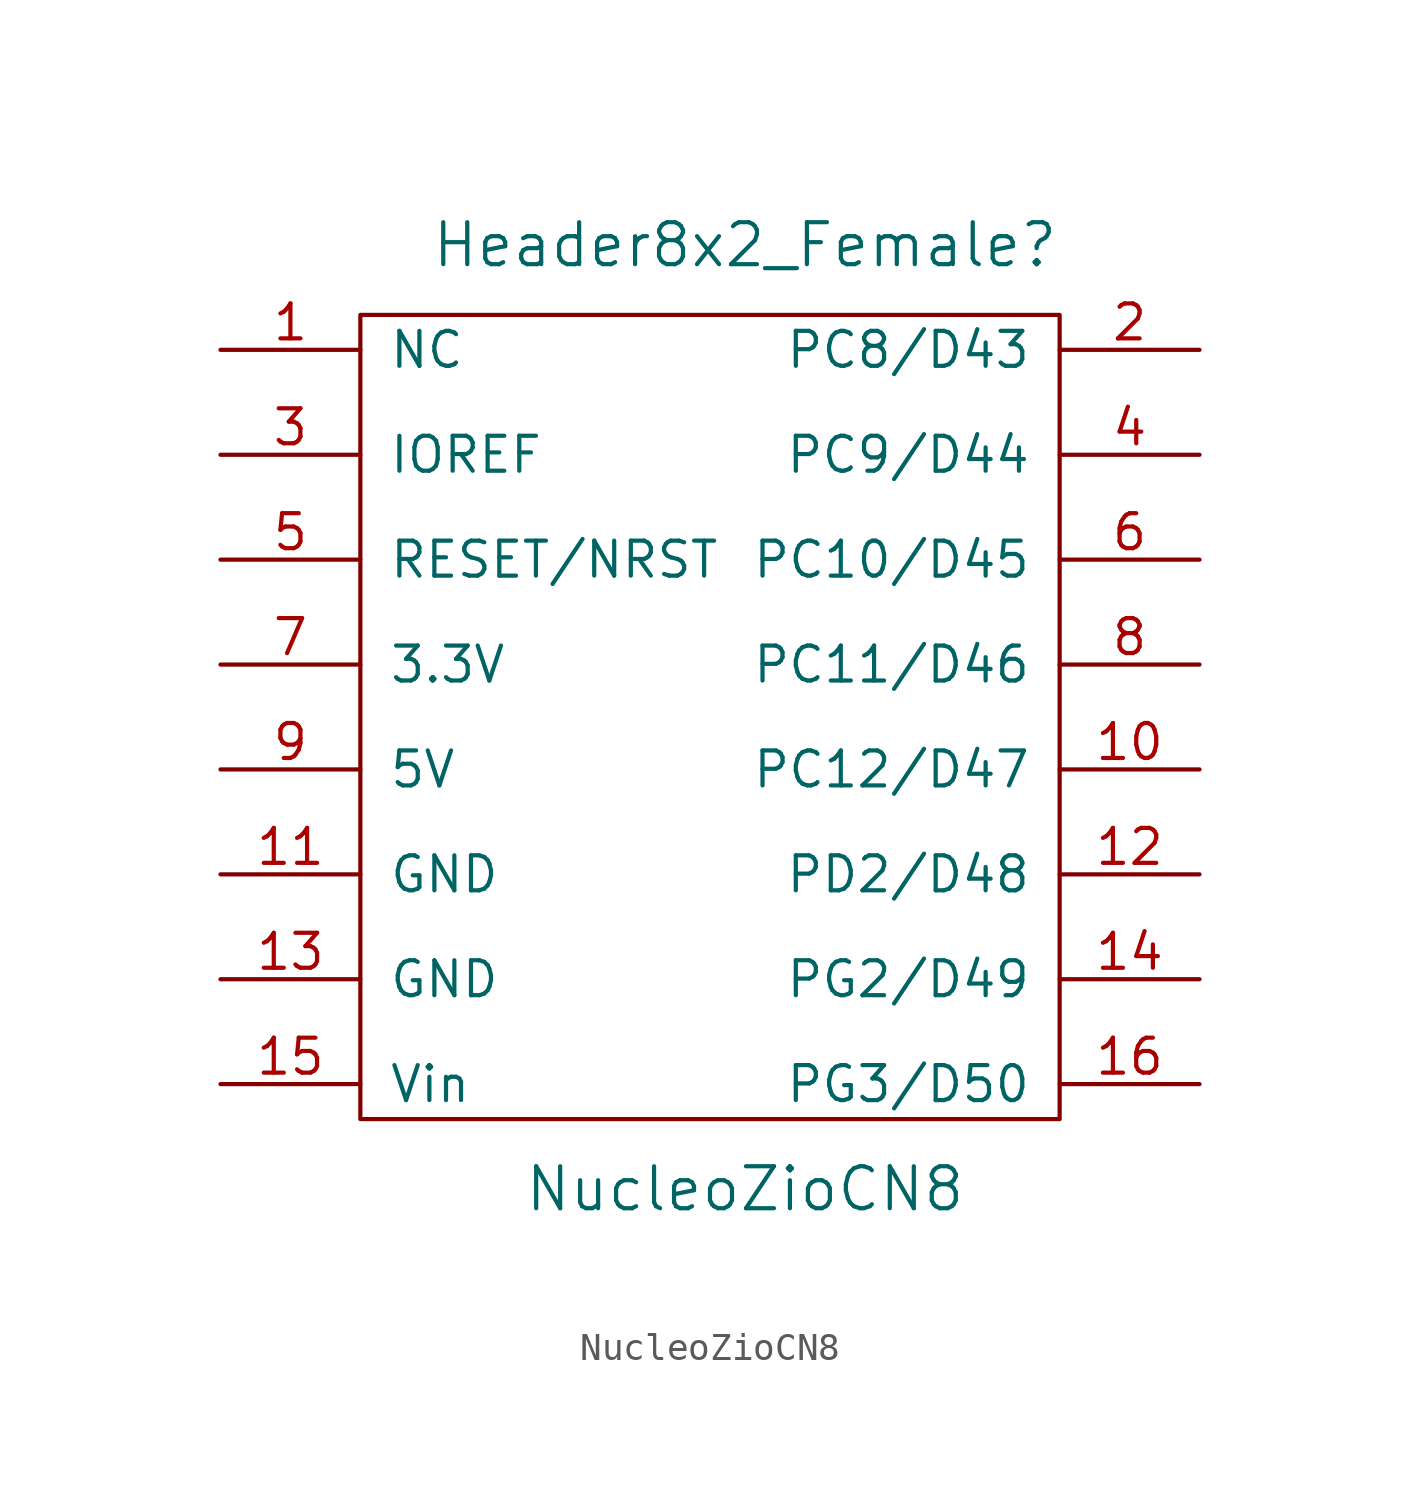
<source format=kicad_sym>
(kicad_symbol_lib
  (version 20220914)
  (generator kicad_symbol_editor)
  (symbol "NucleoZioCN8"
    (pin_names
      (offset 1.016))
    (property "Reference" "Header8x2_Female"
      (at -11.43 55.88 0)
      (effects (font (size 1.524 1.524))))
    (property "Value" "NucleoZioCN8"
      (at -11.43 21.59 0)
      (effects (font (size 1.524 1.524))))
    (symbol "NucleoZioCN8_0_1"
      (rectangle (start -25.4 53.34) (end 0 24.13) (stroke (width 0) (type solid)) (fill (type none))))
    (symbol "NucleoZioCN8_1_1"
      (pin input line (at -30.48 52.07 0) (length 5.08) (name "NC" (effects (font (size 1.27 1.27)))) (number "1" (effects (font (size 1.27 1.27)))))
      (pin input line (at 5.08 36.83 180) (length 5.08) (name "PC12/D47" (effects (font (size 1.27 1.27)))) (number "10" (effects (font (size 1.27 1.27)))))
      (pin input line (at -30.48 33.02 0) (length 5.08) (name "GND" (effects (font (size 1.27 1.27)))) (number "11" (effects (font (size 1.27 1.27)))))
      (pin input line (at 5.08 33.02 180) (length 5.08) (name "PD2/D48" (effects (font (size 1.27 1.27)))) (number "12" (effects (font (size 1.27 1.27)))))
      (pin input line (at -30.48 29.21 0) (length 5.08) (name "GND" (effects (font (size 1.27 1.27)))) (number "13" (effects (font (size 1.27 1.27)))))
      (pin input line (at 5.08 29.21 180) (length 5.08) (name "PG2/D49" (effects (font (size 1.27 1.27)))) (number "14" (effects (font (size 1.27 1.27)))))
      (pin input line (at -30.48 25.4 0) (length 5.08) (name "Vin" (effects (font (size 1.27 1.27)))) (number "15" (effects (font (size 1.27 1.27)))))
      (pin input line (at 5.08 25.4 180) (length 5.08) (name "PG3/D50" (effects (font (size 1.27 1.27)))) (number "16" (effects (font (size 1.27 1.27)))))
      (pin input line (at 5.08 52.07 180) (length 5.08) (name "PC8/D43" (effects (font (size 1.27 1.27)))) (number "2" (effects (font (size 1.27 1.27)))))
      (pin input line (at -30.48 48.26 0) (length 5.08) (name "IOREF" (effects (font (size 1.27 1.27)))) (number "3" (effects (font (size 1.27 1.27)))))
      (pin input line (at 5.08 48.26 180) (length 5.08) (name "PC9/D44" (effects (font (size 1.27 1.27)))) (number "4" (effects (font (size 1.27 1.27)))))
      (pin input line (at -30.48 44.45 0) (length 5.08) (name "RESET/NRST" (effects (font (size 1.27 1.27)))) (number "5" (effects (font (size 1.27 1.27)))))
      (pin input line (at 5.08 44.45 180) (length 5.08) (name "PC10/D45" (effects (font (size 1.27 1.27)))) (number "6" (effects (font (size 1.27 1.27)))))
      (pin input line (at -30.48 40.64 0) (length 5.08) (name "3.3V" (effects (font (size 1.27 1.27)))) (number "7" (effects (font (size 1.27 1.27)))))
      (pin input line (at 5.08 40.64 180) (length 5.08) (name "PC11/D46" (effects (font (size 1.27 1.27)))) (number "8" (effects (font (size 1.27 1.27)))))
      (pin input line (at -30.48 36.83 0) (length 5.08) (name "5V" (effects (font (size 1.27 1.27)))) (number "9" (effects (font (size 1.27 1.27))))))))
</source>
